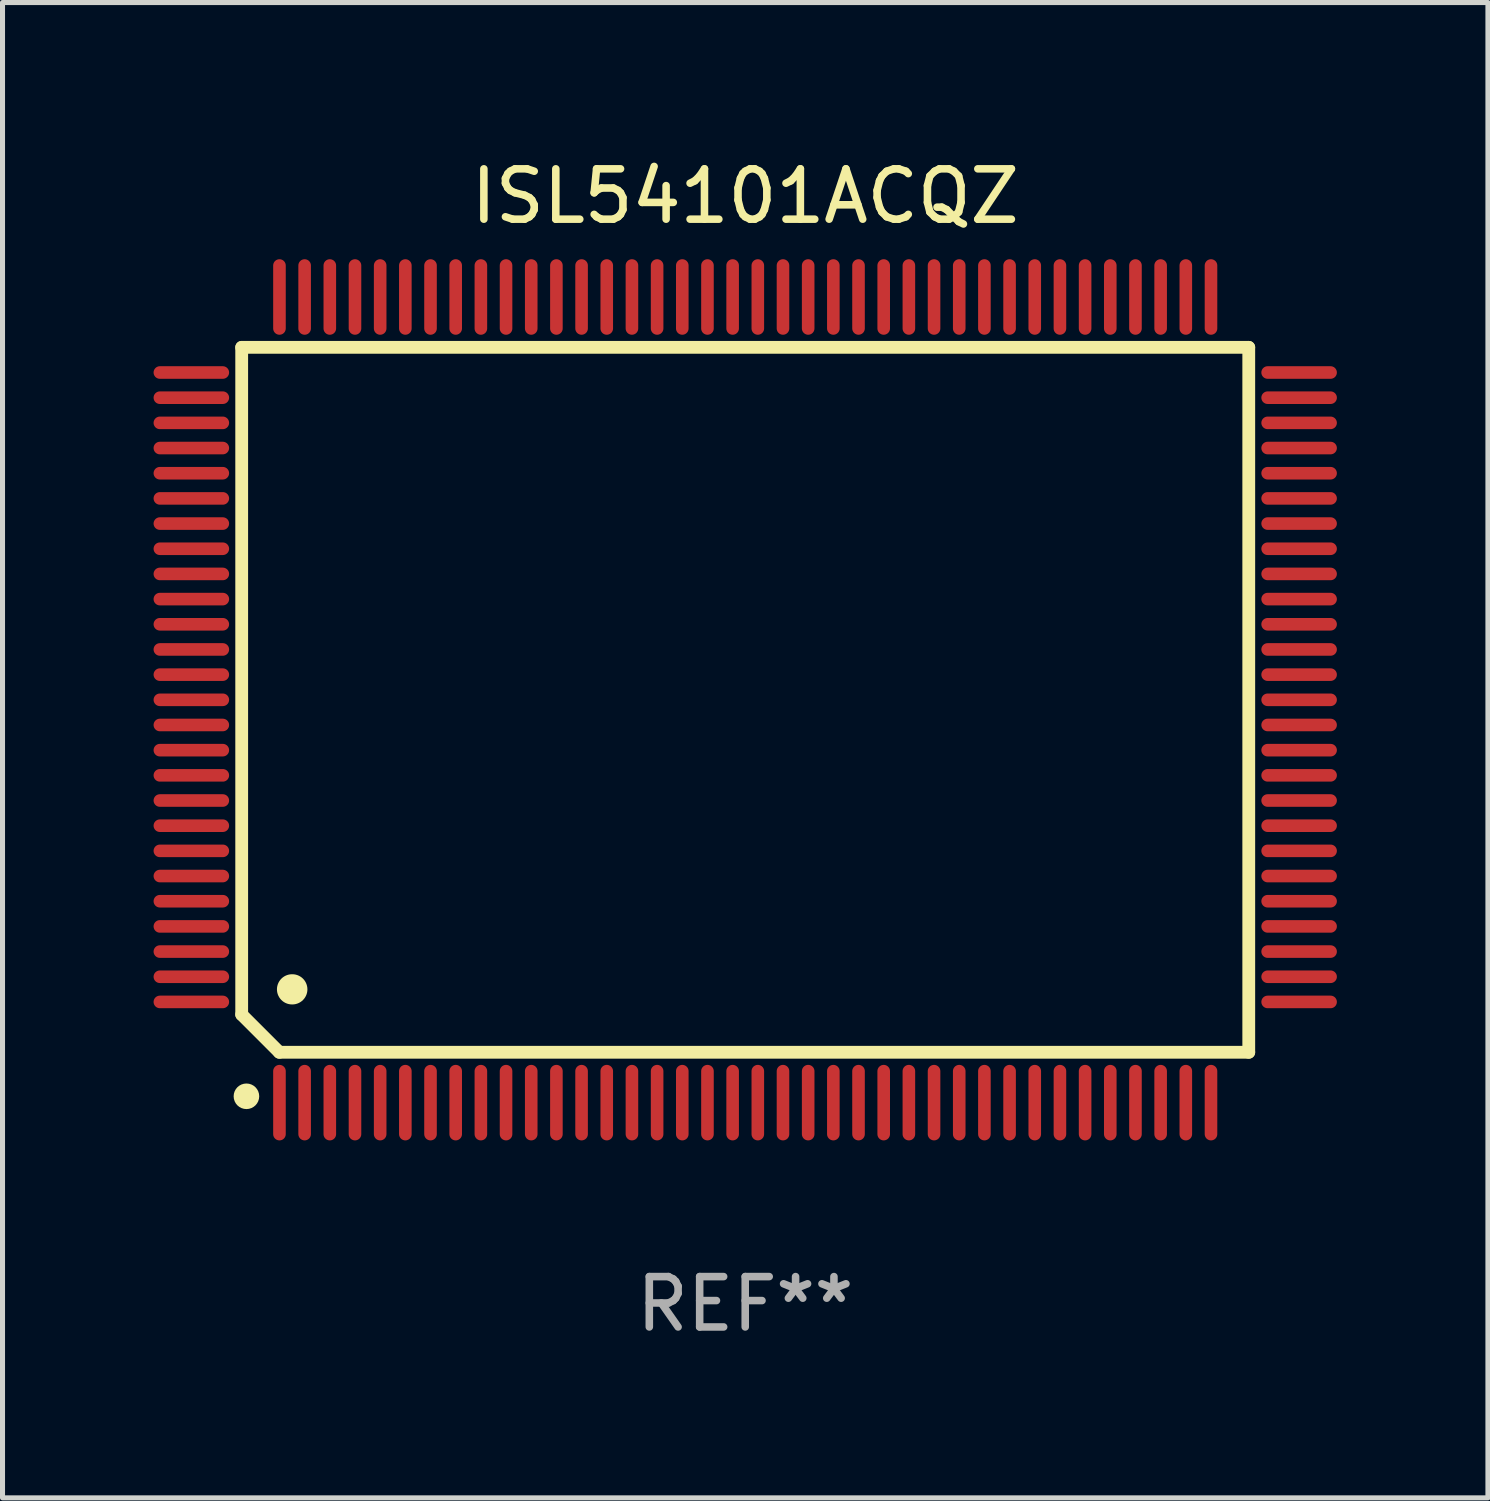
<source format=kicad_pcb>
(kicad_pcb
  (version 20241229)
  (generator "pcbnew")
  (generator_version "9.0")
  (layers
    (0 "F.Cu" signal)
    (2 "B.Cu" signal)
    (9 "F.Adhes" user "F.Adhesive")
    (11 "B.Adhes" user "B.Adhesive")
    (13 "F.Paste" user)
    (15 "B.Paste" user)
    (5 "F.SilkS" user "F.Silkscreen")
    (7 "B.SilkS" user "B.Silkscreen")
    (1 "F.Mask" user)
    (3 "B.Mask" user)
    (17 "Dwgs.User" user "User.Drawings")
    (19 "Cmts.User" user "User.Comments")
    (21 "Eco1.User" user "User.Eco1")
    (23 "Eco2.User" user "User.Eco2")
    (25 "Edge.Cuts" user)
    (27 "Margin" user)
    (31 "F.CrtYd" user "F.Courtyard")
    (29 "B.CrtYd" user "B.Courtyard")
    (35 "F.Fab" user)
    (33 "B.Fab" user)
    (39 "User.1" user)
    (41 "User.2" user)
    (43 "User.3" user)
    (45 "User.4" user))
  (footprint "ISL54101ACQZ"
    (layer "F.Cu")
    (at 11.75 10.848)
    (property "Reference" "ISL54101ACQZ" (at 0 -10 0) (layer "F.SilkS") (effects (font (size 1 1) (thickness 0.15))))
    (attr through_hole)
    (fp_line (start -10 -7) (end -10 6.25) (stroke (width 0.254) (type solid)) (layer "F.SilkS"))
    (fp_line (start -10 -7) (end 10 -7) (stroke (width 0.254) (type solid)) (layer "F.SilkS"))
    (fp_line (start -9.252 7) (end -10 6.252) (stroke (width 0.254) (type solid)) (layer "F.SilkS"))
    (fp_line (start 10 -7) (end 10 7) (stroke (width 0.254) (type solid)) (layer "F.SilkS"))
    (fp_line (start 10 7) (end -9.252 7) (stroke (width 0.254) (type solid)) (layer "F.SilkS"))
    (fp_arc (start -9.000025 5.750013) (mid -8.997485 5.750002) (end -8.994945 5.750013) (stroke (width 0.6) (type solid)) (layer "F.SilkS"))
    (fp_circle (center -9.906 7.874) (end -9.779 7.874) (stroke (width 0.254) (type solid)) (fill no) (layer "F.SilkS"))
    (fp_text user "REF**" (at 0 12 0) (layer "F.Fab") (effects (font (size 1 1) (thickness 0.15))))
    (pad "1" smd oval (at -9.25 8) (size 0.25 1.5) (layers "F.Cu" "F.Mask" "F.Paste"))
    (pad "2" smd oval (at -8.75 8) (size 0.25 1.5) (layers "F.Cu" "F.Mask" "F.Paste"))
    (pad "3" smd oval (at -8.25 8) (size 0.25 1.5) (layers "F.Cu" "F.Mask" "F.Paste"))
    (pad "4" smd oval (at -7.75 8) (size 0.25 1.5) (layers "F.Cu" "F.Mask" "F.Paste"))
    (pad "5" smd oval (at -7.25 8) (size 0.25 1.5) (layers "F.Cu" "F.Mask" "F.Paste"))
    (pad "6" smd oval (at -6.75 8) (size 0.25 1.5) (layers "F.Cu" "F.Mask" "F.Paste"))
    (pad "7" smd oval (at -6.25 8) (size 0.25 1.5) (layers "F.Cu" "F.Mask" "F.Paste"))
    (pad "8" smd oval (at -5.75 8) (size 0.25 1.5) (layers "F.Cu" "F.Mask" "F.Paste"))
    (pad "9" smd oval (at -5.25 8) (size 0.25 1.5) (layers "F.Cu" "F.Mask" "F.Paste"))
    (pad "10" smd oval (at -4.75 8) (size 0.25 1.5) (layers "F.Cu" "F.Mask" "F.Paste"))
    (pad "11" smd oval (at -4.25 8) (size 0.25 1.5) (layers "F.Cu" "F.Mask" "F.Paste"))
    (pad "12" smd oval (at -3.75 8) (size 0.25 1.5) (layers "F.Cu" "F.Mask" "F.Paste"))
    (pad "13" smd oval (at -3.25 8) (size 0.25 1.5) (layers "F.Cu" "F.Mask" "F.Paste"))
    (pad "14" smd oval (at -2.75 8) (size 0.25 1.5) (layers "F.Cu" "F.Mask" "F.Paste"))
    (pad "15" smd oval (at -2.25 8) (size 0.25 1.5) (layers "F.Cu" "F.Mask" "F.Paste"))
    (pad "16" smd oval (at -1.75 8) (size 0.25 1.5) (layers "F.Cu" "F.Mask" "F.Paste"))
    (pad "17" smd oval (at -1.25 8) (size 0.25 1.5) (layers "F.Cu" "F.Mask" "F.Paste"))
    (pad "18" smd oval (at -0.75 8) (size 0.25 1.5) (layers "F.Cu" "F.Mask" "F.Paste"))
    (pad "19" smd oval (at -0.25 8) (size 0.25 1.5) (layers "F.Cu" "F.Mask" "F.Paste"))
    (pad "20" smd oval (at 0.25 8) (size 0.25 1.5) (layers "F.Cu" "F.Mask" "F.Paste"))
    (pad "21" smd oval (at 0.75 8) (size 0.25 1.5) (layers "F.Cu" "F.Mask" "F.Paste"))
    (pad "22" smd oval (at 1.25 8) (size 0.25 1.5) (layers "F.Cu" "F.Mask" "F.Paste"))
    (pad "23" smd oval (at 1.75 8) (size 0.25 1.5) (layers "F.Cu" "F.Mask" "F.Paste"))
    (pad "24" smd oval (at 2.25 8) (size 0.25 1.5) (layers "F.Cu" "F.Mask" "F.Paste"))
    (pad "25" smd oval (at 2.75 8) (size 0.25 1.5) (layers "F.Cu" "F.Mask" "F.Paste"))
    (pad "26" smd oval (at 3.25 8) (size 0.25 1.5) (layers "F.Cu" "F.Mask" "F.Paste"))
    (pad "27" smd oval (at 3.75 8) (size 0.25 1.5) (layers "F.Cu" "F.Mask" "F.Paste"))
    (pad "28" smd oval (at 4.25 8) (size 0.25 1.5) (layers "F.Cu" "F.Mask" "F.Paste"))
    (pad "29" smd oval (at 4.75 8) (size 0.25 1.5) (layers "F.Cu" "F.Mask" "F.Paste"))
    (pad "30" smd oval (at 5.25 8) (size 0.25 1.5) (layers "F.Cu" "F.Mask" "F.Paste"))
    (pad "31" smd oval (at 5.75 8) (size 0.25 1.5) (layers "F.Cu" "F.Mask" "F.Paste"))
    (pad "32" smd oval (at 6.25 8) (size 0.25 1.5) (layers "F.Cu" "F.Mask" "F.Paste"))
    (pad "33" smd oval (at 6.75 8 180) (size 0.25 1.5) (layers "F.Cu" "F.Mask" "F.Paste"))
    (pad "34" smd oval (at 7.25 8 180) (size 0.25 1.5) (layers "F.Cu" "F.Mask" "F.Paste"))
    (pad "35" smd oval (at 7.75 8 180) (size 0.25 1.5) (layers "F.Cu" "F.Mask" "F.Paste"))
    (pad "36" smd oval (at 8.25 8 180) (size 0.25 1.5) (layers "F.Cu" "F.Mask" "F.Paste"))
    (pad "37" smd oval (at 8.75 8 180) (size 0.25 1.5) (layers "F.Cu" "F.Mask" "F.Paste"))
    (pad "38" smd oval (at 9.25 8 180) (size 0.25 1.5) (layers "F.Cu" "F.Mask" "F.Paste"))
    (pad "39" smd oval (at 11 6 270) (size 0.25 1.5) (layers "F.Cu" "F.Mask" "F.Paste"))
    (pad "40" smd oval (at 11 5.5 270) (size 0.25 1.5) (layers "F.Cu" "F.Mask" "F.Paste"))
    (pad "41" smd oval (at 11 5 270) (size 0.25 1.5) (layers "F.Cu" "F.Mask" "F.Paste"))
    (pad "42" smd oval (at 11 4.5 270) (size 0.25 1.5) (layers "F.Cu" "F.Mask" "F.Paste"))
    (pad "43" smd oval (at 11 4 270) (size 0.25 1.5) (layers "F.Cu" "F.Mask" "F.Paste"))
    (pad "44" smd oval (at 11 3.5 270) (size 0.25 1.5) (layers "F.Cu" "F.Mask" "F.Paste"))
    (pad "45" smd oval (at 11 3 270) (size 0.25 1.5) (layers "F.Cu" "F.Mask" "F.Paste"))
    (pad "46" smd oval (at 11 2.5 270) (size 0.25 1.5) (layers "F.Cu" "F.Mask" "F.Paste"))
    (pad "47" smd oval (at 11 2 270) (size 0.25 1.5) (layers "F.Cu" "F.Mask" "F.Paste"))
    (pad "48" smd oval (at 11 1.5 270) (size 0.25 1.5) (layers "F.Cu" "F.Mask" "F.Paste"))
    (pad "49" smd oval (at 11 1 270) (size 0.25 1.5) (layers "F.Cu" "F.Mask" "F.Paste"))
    (pad "50" smd oval (at 11 0.5 270) (size 0.25 1.5) (layers "F.Cu" "F.Mask" "F.Paste"))
    (pad "51" smd oval (at 11 0 270) (size 0.25 1.5) (layers "F.Cu" "F.Mask" "F.Paste"))
    (pad "52" smd oval (at 11 -0.5 270) (size 0.25 1.5) (layers "F.Cu" "F.Mask" "F.Paste"))
    (pad "53" smd oval (at 11 -1 270) (size 0.25 1.5) (layers "F.Cu" "F.Mask" "F.Paste"))
    (pad "54" smd oval (at 11 -1.5 270) (size 0.25 1.5) (layers "F.Cu" "F.Mask" "F.Paste"))
    (pad "55" smd oval (at 11 -2 270) (size 0.25 1.5) (layers "F.Cu" "F.Mask" "F.Paste"))
    (pad "56" smd oval (at 11 -2.5 270) (size 0.25 1.5) (layers "F.Cu" "F.Mask" "F.Paste"))
    (pad "57" smd oval (at 11 -3 270) (size 0.25 1.5) (layers "F.Cu" "F.Mask" "F.Paste"))
    (pad "58" smd oval (at 11 -3.5 270) (size 0.25 1.5) (layers "F.Cu" "F.Mask" "F.Paste"))
    (pad "59" smd oval (at 11 -4 270) (size 0.25 1.5) (layers "F.Cu" "F.Mask" "F.Paste"))
    (pad "60" smd oval (at 11 -4.5 270) (size 0.25 1.5) (layers "F.Cu" "F.Mask" "F.Paste"))
    (pad "61" smd oval (at 11 -5 270) (size 0.25 1.5) (layers "F.Cu" "F.Mask" "F.Paste"))
    (pad "62" smd oval (at 11 -5.5 270) (size 0.25 1.5) (layers "F.Cu" "F.Mask" "F.Paste"))
    (pad "63" smd oval (at 11 -6 270) (size 0.25 1.5) (layers "F.Cu" "F.Mask" "F.Paste"))
    (pad "64" smd oval (at 11 -6.5 270) (size 0.25 1.5) (layers "F.Cu" "F.Mask" "F.Paste"))
    (pad "65" smd oval (at 9.25 -8 180) (size 0.25 1.5) (layers "F.Cu" "F.Mask" "F.Paste"))
    (pad "66" smd oval (at 8.75 -8 180) (size 0.25 1.5) (layers "F.Cu" "F.Mask" "F.Paste"))
    (pad "67" smd oval (at 8.25 -8 180) (size 0.25 1.5) (layers "F.Cu" "F.Mask" "F.Paste"))
    (pad "68" smd oval (at 7.75 -8 180) (size 0.25 1.5) (layers "F.Cu" "F.Mask" "F.Paste"))
    (pad "69" smd oval (at 7.25 -8 180) (size 0.25 1.5) (layers "F.Cu" "F.Mask" "F.Paste"))
    (pad "70" smd oval (at 6.75 -8 180) (size 0.25 1.5) (layers "F.Cu" "F.Mask" "F.Paste"))
    (pad "71" smd oval (at 6.25 -8 180) (size 0.25 1.5) (layers "F.Cu" "F.Mask" "F.Paste"))
    (pad "72" smd oval (at 5.75 -8 180) (size 0.25 1.5) (layers "F.Cu" "F.Mask" "F.Paste"))
    (pad "73" smd oval (at 5.25 -8 180) (size 0.25 1.5) (layers "F.Cu" "F.Mask" "F.Paste"))
    (pad "74" smd oval (at 4.75 -8 180) (size 0.25 1.5) (layers "F.Cu" "F.Mask" "F.Paste"))
    (pad "75" smd oval (at 4.25 -8 180) (size 0.25 1.5) (layers "F.Cu" "F.Mask" "F.Paste"))
    (pad "76" smd oval (at 3.75 -8 180) (size 0.25 1.5) (layers "F.Cu" "F.Mask" "F.Paste"))
    (pad "77" smd oval (at 3.25 -8 180) (size 0.25 1.5) (layers "F.Cu" "F.Mask" "F.Paste"))
    (pad "78" smd oval (at 2.75 -8 180) (size 0.25 1.5) (layers "F.Cu" "F.Mask" "F.Paste"))
    (pad "79" smd oval (at 2.25 -8 180) (size 0.25 1.5) (layers "F.Cu" "F.Mask" "F.Paste"))
    (pad "80" smd oval (at 1.75 -8 180) (size 0.25 1.5) (layers "F.Cu" "F.Mask" "F.Paste"))
    (pad "81" smd oval (at 1.25 -8 180) (size 0.25 1.5) (layers "F.Cu" "F.Mask" "F.Paste"))
    (pad "82" smd oval (at 0.75 -8 180) (size 0.25 1.5) (layers "F.Cu" "F.Mask" "F.Paste"))
    (pad "83" smd oval (at 0.25 -8 180) (size 0.25 1.5) (layers "F.Cu" "F.Mask" "F.Paste"))
    (pad "84" smd oval (at -0.25 -8 180) (size 0.25 1.5) (layers "F.Cu" "F.Mask" "F.Paste"))
    (pad "85" smd oval (at -0.75 -8 180) (size 0.25 1.5) (layers "F.Cu" "F.Mask" "F.Paste"))
    (pad "86" smd oval (at -1.25 -8 180) (size 0.25 1.5) (layers "F.Cu" "F.Mask" "F.Paste"))
    (pad "87" smd oval (at -1.75 -8 180) (size 0.25 1.5) (layers "F.Cu" "F.Mask" "F.Paste"))
    (pad "88" smd oval (at -2.25 -8 180) (size 0.25 1.5) (layers "F.Cu" "F.Mask" "F.Paste"))
    (pad "89" smd oval (at -2.75 -8 180) (size 0.25 1.5) (layers "F.Cu" "F.Mask" "F.Paste"))
    (pad "90" smd oval (at -3.25 -8 180) (size 0.25 1.5) (layers "F.Cu" "F.Mask" "F.Paste"))
    (pad "91" smd oval (at -3.75 -8 180) (size 0.25 1.5) (layers "F.Cu" "F.Mask" "F.Paste"))
    (pad "92" smd oval (at -4.25 -8 180) (size 0.25 1.5) (layers "F.Cu" "F.Mask" "F.Paste"))
    (pad "93" smd oval (at -4.75 -8 180) (size 0.25 1.5) (layers "F.Cu" "F.Mask" "F.Paste"))
    (pad "94" smd oval (at -5.25 -8 180) (size 0.25 1.5) (layers "F.Cu" "F.Mask" "F.Paste"))
    (pad "95" smd oval (at -5.75 -8 180) (size 0.25 1.5) (layers "F.Cu" "F.Mask" "F.Paste"))
    (pad "96" smd oval (at -6.25 -8 180) (size 0.25 1.5) (layers "F.Cu" "F.Mask" "F.Paste"))
    (pad "97" smd oval (at -6.75 -8 180) (size 0.25 1.5) (layers "F.Cu" "F.Mask" "F.Paste"))
    (pad "98" smd oval (at -7.25 -8 180) (size 0.25 1.5) (layers "F.Cu" "F.Mask" "F.Paste"))
    (pad "99" smd oval (at -7.75 -8 180) (size 0.25 1.5) (layers "F.Cu" "F.Mask" "F.Paste"))
    (pad "100" smd oval (at -8.25 -8 180) (size 0.25 1.5) (layers "F.Cu" "F.Mask" "F.Paste"))
    (pad "101" smd oval (at -8.75 -8 180) (size 0.25 1.5) (layers "F.Cu" "F.Mask" "F.Paste"))
    (pad "102" smd oval (at -9.25 -8) (size 0.25 1.5) (layers "F.Cu" "F.Mask" "F.Paste"))
    (pad "103" smd oval (at -11 -6.5 270) (size 0.25 1.5) (layers "F.Cu" "F.Mask" "F.Paste"))
    (pad "104" smd oval (at -11 -6 270) (size 0.25 1.5) (layers "F.Cu" "F.Mask" "F.Paste"))
    (pad "105" smd oval (at -11 -5.5 270) (size 0.25 1.5) (layers "F.Cu" "F.Mask" "F.Paste"))
    (pad "106" smd oval (at -11 -5 270) (size 0.25 1.5) (layers "F.Cu" "F.Mask" "F.Paste"))
    (pad "107" smd oval (at -11 -4.5 270) (size 0.25 1.5) (layers "F.Cu" "F.Mask" "F.Paste"))
    (pad "108" smd oval (at -11 -4 270) (size 0.25 1.5) (layers "F.Cu" "F.Mask" "F.Paste"))
    (pad "109" smd oval (at -11 -3.5 270) (size 0.25 1.5) (layers "F.Cu" "F.Mask" "F.Paste"))
    (pad "110" smd oval (at -11 -3 270) (size 0.25 1.5) (layers "F.Cu" "F.Mask" "F.Paste"))
    (pad "111" smd oval (at -11 -2.5 270) (size 0.25 1.5) (layers "F.Cu" "F.Mask" "F.Paste"))
    (pad "112" smd oval (at -11 -2 270) (size 0.25 1.5) (layers "F.Cu" "F.Mask" "F.Paste"))
    (pad "113" smd oval (at -11 -1.5 270) (size 0.25 1.5) (layers "F.Cu" "F.Mask" "F.Paste"))
    (pad "114" smd oval (at -11 -1 270) (size 0.25 1.5) (layers "F.Cu" "F.Mask" "F.Paste"))
    (pad "115" smd oval (at -11 -0.5 270) (size 0.25 1.5) (layers "F.Cu" "F.Mask" "F.Paste"))
    (pad "116" smd oval (at -11 0 270) (size 0.25 1.5) (layers "F.Cu" "F.Mask" "F.Paste"))
    (pad "117" smd oval (at -11 0.5 270) (size 0.25 1.5) (layers "F.Cu" "F.Mask" "F.Paste"))
    (pad "118" smd oval (at -11 1 270) (size 0.25 1.5) (layers "F.Cu" "F.Mask" "F.Paste"))
    (pad "119" smd oval (at -11 1.5 270) (size 0.25 1.5) (layers "F.Cu" "F.Mask" "F.Paste"))
    (pad "120" smd oval (at -11 2 270) (size 0.25 1.5) (layers "F.Cu" "F.Mask" "F.Paste"))
    (pad "121" smd oval (at -11 2.5 270) (size 0.25 1.5) (layers "F.Cu" "F.Mask" "F.Paste"))
    (pad "122" smd oval (at -11 3 270) (size 0.25 1.5) (layers "F.Cu" "F.Mask" "F.Paste"))
    (pad "123" smd oval (at -11 3.5 270) (size 0.25 1.5) (layers "F.Cu" "F.Mask" "F.Paste"))
    (pad "124" smd oval (at -11 4 270) (size 0.25 1.5) (layers "F.Cu" "F.Mask" "F.Paste"))
    (pad "125" smd oval (at -11 4.5 270) (size 0.25 1.5) (layers "F.Cu" "F.Mask" "F.Paste"))
    (pad "126" smd oval (at -11 5 270) (size 0.25 1.5) (layers "F.Cu" "F.Mask" "F.Paste"))
    (pad "127" smd oval (at -11 5.5 270) (size 0.25 1.5) (layers "F.Cu" "F.Mask" "F.Paste"))
    (pad "128" smd oval (at -11 6 270) (size 0.25 1.5) (layers "F.Cu" "F.Mask" "F.Paste")))
  (gr_rect
    (start -3 -3)
    (end 26.5 26.697)
    (stroke (width 0.1) (type default))
    (fill no)
    (layer "Edge.Cuts")))
</source>
